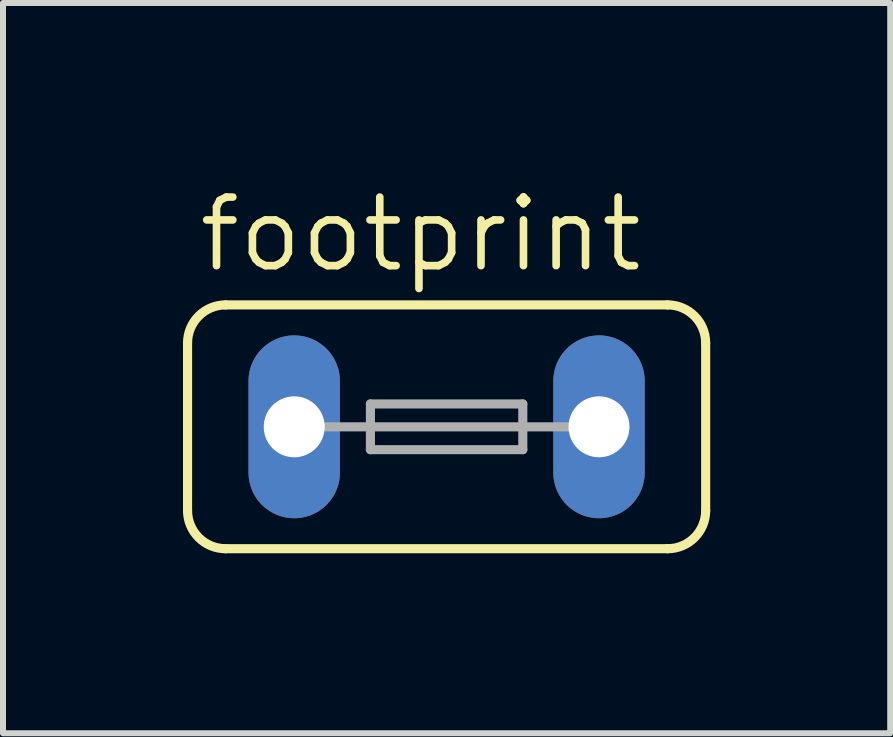
<source format=kicad_pcb>
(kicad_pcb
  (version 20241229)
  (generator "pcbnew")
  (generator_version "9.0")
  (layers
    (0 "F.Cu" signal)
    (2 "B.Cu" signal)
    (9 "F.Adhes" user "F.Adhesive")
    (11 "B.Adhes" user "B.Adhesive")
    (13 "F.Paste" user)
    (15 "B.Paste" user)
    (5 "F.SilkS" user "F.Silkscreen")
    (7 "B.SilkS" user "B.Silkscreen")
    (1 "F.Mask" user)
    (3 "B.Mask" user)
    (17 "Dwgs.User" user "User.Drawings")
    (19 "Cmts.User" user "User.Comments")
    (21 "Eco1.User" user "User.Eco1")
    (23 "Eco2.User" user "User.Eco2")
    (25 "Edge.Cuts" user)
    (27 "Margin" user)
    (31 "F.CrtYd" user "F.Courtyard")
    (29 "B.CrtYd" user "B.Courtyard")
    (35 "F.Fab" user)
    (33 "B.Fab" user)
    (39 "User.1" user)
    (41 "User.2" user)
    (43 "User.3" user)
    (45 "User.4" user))
  (footprint "footprint"
    (layer "F.Cu")
    (at 4.394 4.064)
    (property "Reference" "footprint" (at -4.191 -2.54 0) (layer "F.SilkS") (effects (font (size 1.143 1.143) (thickness 0.127)) (justify left bottom)))
    (fp_line (start -4.318 -1.397) (end -4.318 1.397) (stroke (width 0.152) (type solid)) (layer "F.SilkS"))
    (fp_line (start -3.683 2.032) (end 3.683 2.032) (stroke (width 0.152) (type solid)) (layer "F.SilkS"))
    (fp_line (start 3.683 -2.032) (end -3.683 -2.032) (stroke (width 0.152) (type solid)) (layer "F.SilkS"))
    (fp_line (start 4.318 1.397) (end 4.318 -1.397) (stroke (width 0.152) (type solid)) (layer "F.SilkS"))
    (fp_arc (start -4.318 -1.397) (mid -4.132013 -1.846013) (end -3.683 -2.032) (stroke (width 0.1524) (type solid)) (layer "F.SilkS"))
    (fp_arc (start -3.683 2.032) (mid -4.132013 1.846013) (end -4.318 1.397) (stroke (width 0.1524) (type solid)) (layer "F.SilkS"))
    (fp_arc (start 3.683 -2.032) (mid 4.132013 -1.846013) (end 4.318 -1.397) (stroke (width 0.1524) (type solid)) (layer "F.SilkS"))
    (fp_arc (start 4.318 1.397) (mid 4.132013 1.846013) (end 3.683 2.032) (stroke (width 0.1524) (type solid)) (layer "F.SilkS"))
    (fp_line (start -2.159 0) (end 2.159 0) (stroke (width 0.152) (type solid)) (layer "F.Fab"))
    (fp_line (start -1.27 -0.381) (end -1.27 0.381) (stroke (width 0.152) (type solid)) (layer "F.Fab"))
    (fp_line (start -1.27 0.381) (end 1.27 0.381) (stroke (width 0.152) (type solid)) (layer "F.Fab"))
    (fp_line (start 1.27 -0.381) (end -1.27 -0.381) (stroke (width 0.152) (type solid)) (layer "F.Fab"))
    (fp_line (start 1.27 -0.381) (end 1.27 0.381) (stroke (width 0.152) (type solid)) (layer "F.Fab"))
    (pad "1" thru_hole oval (at -2.54 0 90) (size 3.048 1.524) (drill 1.016) (layers "*.Cu" "*.Mask"))
    (pad "2" thru_hole oval (at 2.54 0 90) (size 3.048 1.524) (drill 1.016) (layers "*.Cu" "*.Mask")))
  (gr_rect
    (start -3 -3)
    (end 11.788 9.172)
    (stroke (width 0.1) (type default))
    (fill no)
    (layer "Edge.Cuts")))
</source>
